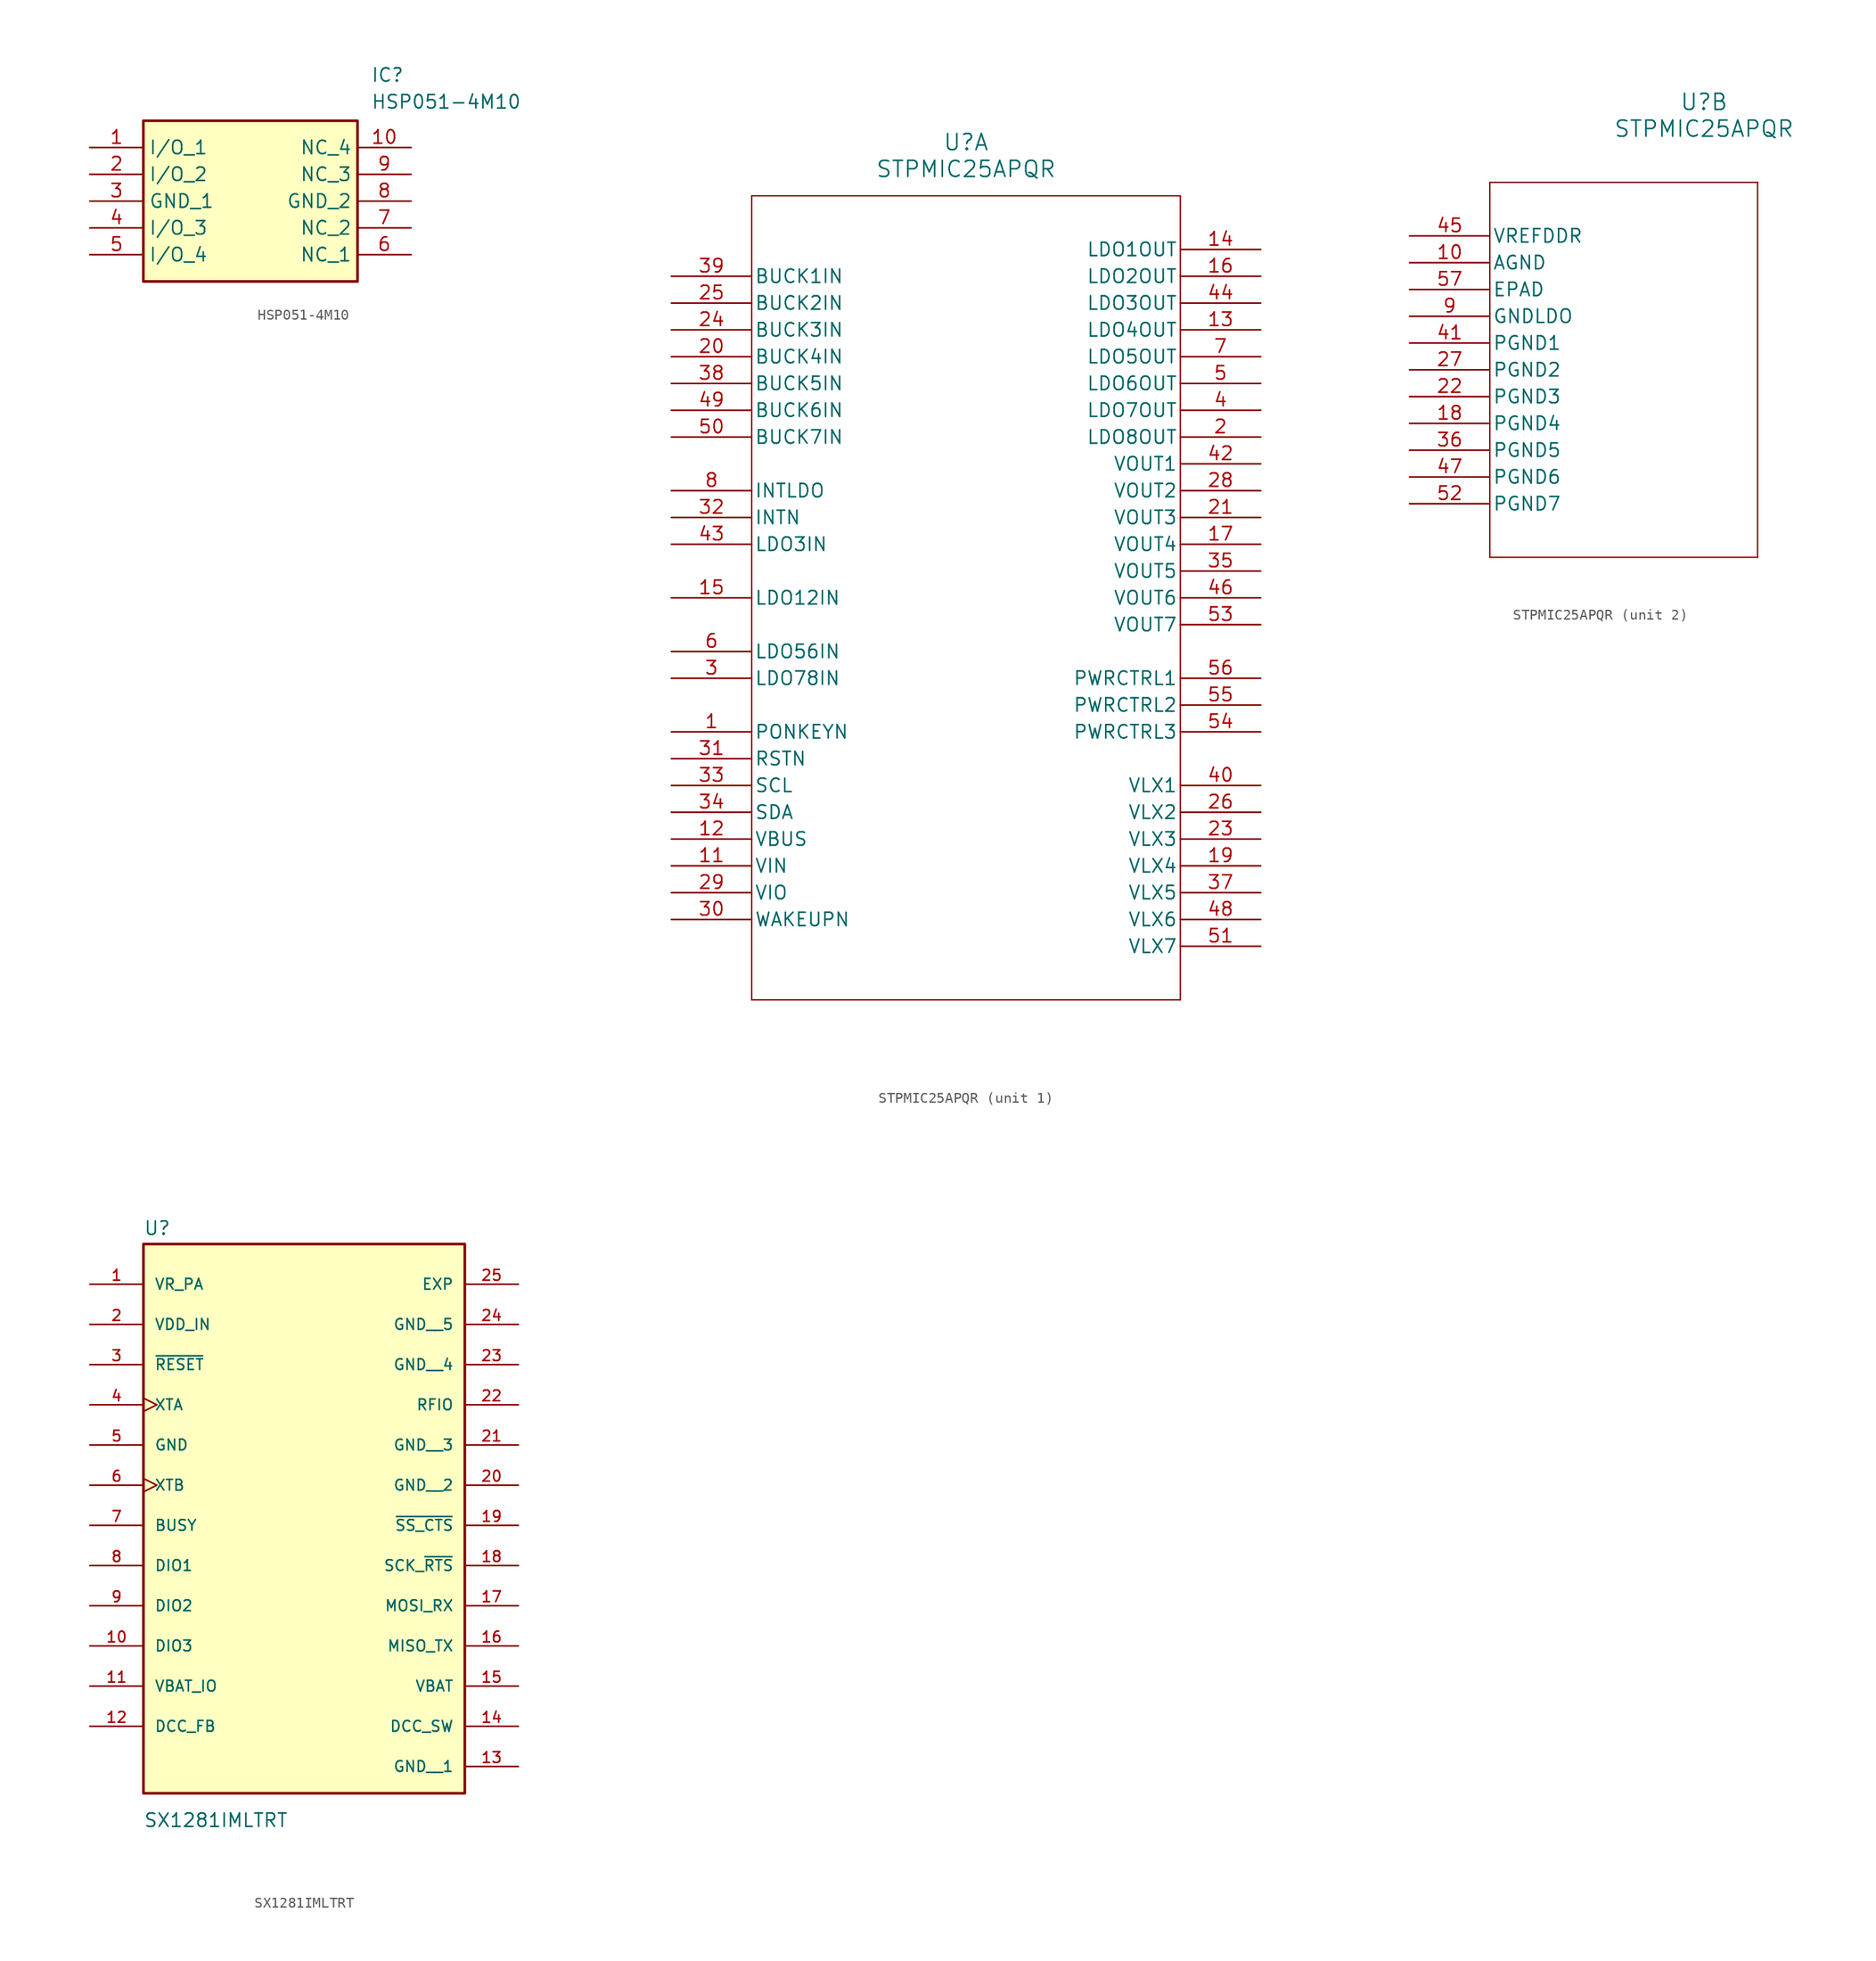
<source format=kicad_sym>
(kicad_symbol_lib
  (version 20241209)
  (generator "kicad_symbol_editor")
  (generator_version "9.0")
  (symbol "HSP051-4M10"
    (property "Reference" "IC"
      (at 26.67 7.62 0)
      (effects (font (size 1.27 1.27)) (justify left top)))
    (property "Value" "HSP051-4M10"
      (at 26.67 5.08 0)
      (effects (font (size 1.27 1.27)) (justify left top)))
    (symbol "HSP051-4M10_1_1"
      (rectangle (start 5.08 2.54) (end 25.4 -12.7) (stroke (width 0.254) (type default)) (fill (type background)))
      (pin passive line (at 0 0 0) (length 5.08) (name "I/O_1" (effects (font (size 1.27 1.27)))) (number "1" (effects (font (size 1.27 1.27)))))
      (pin passive line (at 0 -2.54 0) (length 5.08) (name "I/O_2" (effects (font (size 1.27 1.27)))) (number "2" (effects (font (size 1.27 1.27)))))
      (pin passive line (at 0 -5.08 0) (length 5.08) (name "GND_1" (effects (font (size 1.27 1.27)))) (number "3" (effects (font (size 1.27 1.27)))))
      (pin passive line (at 0 -7.62 0) (length 5.08) (name "I/O_3" (effects (font (size 1.27 1.27)))) (number "4" (effects (font (size 1.27 1.27)))))
      (pin passive line (at 0 -10.16 0) (length 5.08) (name "I/O_4" (effects (font (size 1.27 1.27)))) (number "5" (effects (font (size 1.27 1.27)))))
      (pin passive line (at 30.48 0 180) (length 5.08) (name "NC_4" (effects (font (size 1.27 1.27)))) (number "10" (effects (font (size 1.27 1.27)))))
      (pin passive line (at 30.48 -2.54 180) (length 5.08) (name "NC_3" (effects (font (size 1.27 1.27)))) (number "9" (effects (font (size 1.27 1.27)))))
      (pin passive line (at 30.48 -5.08 180) (length 5.08) (name "GND_2" (effects (font (size 1.27 1.27)))) (number "8" (effects (font (size 1.27 1.27)))))
      (pin passive line (at 30.48 -7.62 180) (length 5.08) (name "NC_2" (effects (font (size 1.27 1.27)))) (number "7" (effects (font (size 1.27 1.27)))))
      (pin passive line (at 30.48 -10.16 180) (length 5.08) (name "NC_1" (effects (font (size 1.27 1.27)))) (number "6" (effects (font (size 1.27 1.27)))))))
  (symbol "STPMIC25APQR"
    (pin_names
      (offset 0.254))
    (property "Reference" "U"
      (at 27.94 12.7 0)
      (effects (font (size 1.524 1.524))))
    (property "Value" "STPMIC25APQR"
      (at 27.94 10.16 0)
      (effects (font (size 1.524 1.524))))
    (property "ki_locked" ""
      (at 0 0 0)
      (effects (font (size 1.27 1.27))))
    (symbol "STPMIC25APQR_1_1"
      (polyline (pts (xy 7.62 7.62) (xy 7.62 -68.58)) (stroke (width 0.127) (type default)) (fill (type none)))
      (polyline (pts (xy 7.62 -68.58) (xy 48.26 -68.58)) (stroke (width 0.127) (type default)) (fill (type none)))
      (polyline (pts (xy 48.26 7.62) (xy 7.62 7.62)) (stroke (width 0.127) (type default)) (fill (type none)))
      (polyline (pts (xy 48.26 -68.58) (xy 48.26 7.62)) (stroke (width 0.127) (type default)) (fill (type none)))
      (pin input line (at 0 0 0) (length 7.62) (name "BUCK1IN" (effects (font (size 1.27 1.27)))) (number "39" (effects (font (size 1.27 1.27)))))
      (pin input line (at 0 -2.54 0) (length 7.62) (name "BUCK2IN" (effects (font (size 1.27 1.27)))) (number "25" (effects (font (size 1.27 1.27)))))
      (pin input line (at 0 -5.08 0) (length 7.62) (name "BUCK3IN" (effects (font (size 1.27 1.27)))) (number "24" (effects (font (size 1.27 1.27)))))
      (pin input line (at 0 -7.62 0) (length 7.62) (name "BUCK4IN" (effects (font (size 1.27 1.27)))) (number "20" (effects (font (size 1.27 1.27)))))
      (pin input line (at 0 -10.16 0) (length 7.62) (name "BUCK5IN" (effects (font (size 1.27 1.27)))) (number "38" (effects (font (size 1.27 1.27)))))
      (pin input line (at 0 -12.7 0) (length 7.62) (name "BUCK6IN" (effects (font (size 1.27 1.27)))) (number "49" (effects (font (size 1.27 1.27)))))
      (pin input line (at 0 -15.24 0) (length 7.62) (name "BUCK7IN" (effects (font (size 1.27 1.27)))) (number "50" (effects (font (size 1.27 1.27)))))
      (pin input line (at 0 -20.32 0) (length 7.62) (name "INTLDO" (effects (font (size 1.27 1.27)))) (number "8" (effects (font (size 1.27 1.27)))))
      (pin input line (at 0 -22.86 0) (length 7.62) (name "INTN" (effects (font (size 1.27 1.27)))) (number "32" (effects (font (size 1.27 1.27)))))
      (pin input line (at 0 -25.4 0) (length 7.62) (name "LDO3IN" (effects (font (size 1.27 1.27)))) (number "43" (effects (font (size 1.27 1.27)))))
      (pin input line (at 0 -30.48 0) (length 7.62) (name "LDO12IN" (effects (font (size 1.27 1.27)))) (number "15" (effects (font (size 1.27 1.27)))))
      (pin input line (at 0 -35.56 0) (length 7.62) (name "LDO56IN" (effects (font (size 1.27 1.27)))) (number "6" (effects (font (size 1.27 1.27)))))
      (pin input line (at 0 -38.1 0) (length 7.62) (name "LDO78IN" (effects (font (size 1.27 1.27)))) (number "3" (effects (font (size 1.27 1.27)))))
      (pin unspecified line (at 0 -43.18 0) (length 7.62) (name "PONKEYN" (effects (font (size 1.27 1.27)))) (number "1" (effects (font (size 1.27 1.27)))))
      (pin unspecified line (at 0 -45.72 0) (length 7.62) (name "RSTN" (effects (font (size 1.27 1.27)))) (number "31" (effects (font (size 1.27 1.27)))))
      (pin unspecified line (at 0 -48.26 0) (length 7.62) (name "SCL" (effects (font (size 1.27 1.27)))) (number "33" (effects (font (size 1.27 1.27)))))
      (pin unspecified line (at 0 -50.8 0) (length 7.62) (name "SDA" (effects (font (size 1.27 1.27)))) (number "34" (effects (font (size 1.27 1.27)))))
      (pin unspecified line (at 0 -53.34 0) (length 7.62) (name "VBUS" (effects (font (size 1.27 1.27)))) (number "12" (effects (font (size 1.27 1.27)))))
      (pin unspecified line (at 0 -55.88 0) (length 7.62) (name "VIN" (effects (font (size 1.27 1.27)))) (number "11" (effects (font (size 1.27 1.27)))))
      (pin unspecified line (at 0 -58.42 0) (length 7.62) (name "VIO" (effects (font (size 1.27 1.27)))) (number "29" (effects (font (size 1.27 1.27)))))
      (pin unspecified line (at 0 -60.96 0) (length 7.62) (name "WAKEUPN" (effects (font (size 1.27 1.27)))) (number "30" (effects (font (size 1.27 1.27)))))
      (pin output line (at 55.88 2.54 180) (length 7.62) (name "LDO1OUT" (effects (font (size 1.27 1.27)))) (number "14" (effects (font (size 1.27 1.27)))))
      (pin output line (at 55.88 0 180) (length 7.62) (name "LDO2OUT" (effects (font (size 1.27 1.27)))) (number "16" (effects (font (size 1.27 1.27)))))
      (pin output line (at 55.88 -2.54 180) (length 7.62) (name "LDO3OUT" (effects (font (size 1.27 1.27)))) (number "44" (effects (font (size 1.27 1.27)))))
      (pin output line (at 55.88 -5.08 180) (length 7.62) (name "LDO4OUT" (effects (font (size 1.27 1.27)))) (number "13" (effects (font (size 1.27 1.27)))))
      (pin output line (at 55.88 -7.62 180) (length 7.62) (name "LDO5OUT" (effects (font (size 1.27 1.27)))) (number "7" (effects (font (size 1.27 1.27)))))
      (pin output line (at 55.88 -10.16 180) (length 7.62) (name "LDO6OUT" (effects (font (size 1.27 1.27)))) (number "5" (effects (font (size 1.27 1.27)))))
      (pin output line (at 55.88 -12.7 180) (length 7.62) (name "LDO7OUT" (effects (font (size 1.27 1.27)))) (number "4" (effects (font (size 1.27 1.27)))))
      (pin output line (at 55.88 -15.24 180) (length 7.62) (name "LDO8OUT" (effects (font (size 1.27 1.27)))) (number "2" (effects (font (size 1.27 1.27)))))
      (pin output line (at 55.88 -17.78 180) (length 7.62) (name "VOUT1" (effects (font (size 1.27 1.27)))) (number "42" (effects (font (size 1.27 1.27)))))
      (pin output line (at 55.88 -20.32 180) (length 7.62) (name "VOUT2" (effects (font (size 1.27 1.27)))) (number "28" (effects (font (size 1.27 1.27)))))
      (pin output line (at 55.88 -22.86 180) (length 7.62) (name "VOUT3" (effects (font (size 1.27 1.27)))) (number "21" (effects (font (size 1.27 1.27)))))
      (pin output line (at 55.88 -25.4 180) (length 7.62) (name "VOUT4" (effects (font (size 1.27 1.27)))) (number "17" (effects (font (size 1.27 1.27)))))
      (pin output line (at 55.88 -27.94 180) (length 7.62) (name "VOUT5" (effects (font (size 1.27 1.27)))) (number "35" (effects (font (size 1.27 1.27)))))
      (pin output line (at 55.88 -30.48 180) (length 7.62) (name "VOUT6" (effects (font (size 1.27 1.27)))) (number "46" (effects (font (size 1.27 1.27)))))
      (pin output line (at 55.88 -33.02 180) (length 7.62) (name "VOUT7" (effects (font (size 1.27 1.27)))) (number "53" (effects (font (size 1.27 1.27)))))
      (pin bidirectional line (at 55.88 -38.1 180) (length 7.62) (name "PWRCTRL1" (effects (font (size 1.27 1.27)))) (number "56" (effects (font (size 1.27 1.27)))))
      (pin bidirectional line (at 55.88 -40.64 180) (length 7.62) (name "PWRCTRL2" (effects (font (size 1.27 1.27)))) (number "55" (effects (font (size 1.27 1.27)))))
      (pin bidirectional line (at 55.88 -43.18 180) (length 7.62) (name "PWRCTRL3" (effects (font (size 1.27 1.27)))) (number "54" (effects (font (size 1.27 1.27)))))
      (pin bidirectional line (at 55.88 -48.26 180) (length 7.62) (name "VLX1" (effects (font (size 1.27 1.27)))) (number "40" (effects (font (size 1.27 1.27)))))
      (pin bidirectional line (at 55.88 -50.8 180) (length 7.62) (name "VLX2" (effects (font (size 1.27 1.27)))) (number "26" (effects (font (size 1.27 1.27)))))
      (pin bidirectional line (at 55.88 -53.34 180) (length 7.62) (name "VLX3" (effects (font (size 1.27 1.27)))) (number "23" (effects (font (size 1.27 1.27)))))
      (pin bidirectional line (at 55.88 -55.88 180) (length 7.62) (name "VLX4" (effects (font (size 1.27 1.27)))) (number "19" (effects (font (size 1.27 1.27)))))
      (pin bidirectional line (at 55.88 -58.42 180) (length 7.62) (name "VLX5" (effects (font (size 1.27 1.27)))) (number "37" (effects (font (size 1.27 1.27)))))
      (pin bidirectional line (at 55.88 -60.96 180) (length 7.62) (name "VLX6" (effects (font (size 1.27 1.27)))) (number "48" (effects (font (size 1.27 1.27)))))
      (pin bidirectional line (at 55.88 -63.5 180) (length 7.62) (name "VLX7" (effects (font (size 1.27 1.27)))) (number "51" (effects (font (size 1.27 1.27))))))
    (symbol "STPMIC25APQR_2_1"
      (polyline (pts (xy 7.62 5.08) (xy 7.62 -30.48)) (stroke (width 0.127) (type default)) (fill (type none)))
      (polyline (pts (xy 7.62 -30.48) (xy 33.02 -30.48)) (stroke (width 0.127) (type default)) (fill (type none)))
      (polyline (pts (xy 33.02 5.08) (xy 7.62 5.08)) (stroke (width 0.127) (type default)) (fill (type none)))
      (polyline (pts (xy 33.02 -30.48) (xy 33.02 5.08)) (stroke (width 0.127) (type default)) (fill (type none)))
      (pin power_in line (at 0 0 0) (length 7.62) (name "VREFDDR" (effects (font (size 1.27 1.27)))) (number "45" (effects (font (size 1.27 1.27)))))
      (pin power_out line (at 0 -2.54 0) (length 7.62) (name "AGND" (effects (font (size 1.27 1.27)))) (number "10" (effects (font (size 1.27 1.27)))))
      (pin power_out line (at 0 -5.08 0) (length 7.62) (name "EPAD" (effects (font (size 1.27 1.27)))) (number "57" (effects (font (size 1.27 1.27)))))
      (pin power_out line (at 0 -7.62 0) (length 7.62) (name "GNDLDO" (effects (font (size 1.27 1.27)))) (number "9" (effects (font (size 1.27 1.27)))))
      (pin power_out line (at 0 -10.16 0) (length 7.62) (name "PGND1" (effects (font (size 1.27 1.27)))) (number "41" (effects (font (size 1.27 1.27)))))
      (pin power_out line (at 0 -12.7 0) (length 7.62) (name "PGND2" (effects (font (size 1.27 1.27)))) (number "27" (effects (font (size 1.27 1.27)))))
      (pin power_out line (at 0 -15.24 0) (length 7.62) (name "PGND3" (effects (font (size 1.27 1.27)))) (number "22" (effects (font (size 1.27 1.27)))))
      (pin power_out line (at 0 -17.78 0) (length 7.62) (name "PGND4" (effects (font (size 1.27 1.27)))) (number "18" (effects (font (size 1.27 1.27)))))
      (pin power_out line (at 0 -20.32 0) (length 7.62) (name "PGND5" (effects (font (size 1.27 1.27)))) (number "36" (effects (font (size 1.27 1.27)))))
      (pin power_out line (at 0 -22.86 0) (length 7.62) (name "PGND6" (effects (font (size 1.27 1.27)))) (number "47" (effects (font (size 1.27 1.27)))))
      (pin power_out line (at 0 -25.4 0) (length 7.62) (name "PGND7" (effects (font (size 1.27 1.27)))) (number "52" (effects (font (size 1.27 1.27)))))))
  (symbol "SX1281IMLTRT"
    (pin_names
      (offset 1.016))
    (property "Reference" "U"
      (at -15.24 24.892 0)
      (effects (font (size 1.27 1.27)) (justify left bottom)))
    (property "Value" "SX1281IMLTRT"
      (at -15.24 -31.242 0)
      (effects (font (size 1.27 1.27)) (justify left bottom)))
    (symbol "SX1281IMLTRT_0_0"
      (rectangle (start -15.24 24.13) (end 15.24 -27.94) (stroke (width 0.254) (type default)) (fill (type background)))
      (pin power_in line (at -20.32 20.32 0) (length 5.08) (name "VR_PA" (effects (font (size 1.016 1.016)))) (number "1" (effects (font (size 1.016 1.016)))))
      (pin power_in line (at -20.32 16.51 0) (length 5.08) (name "VDD_IN" (effects (font (size 1.016 1.016)))) (number "2" (effects (font (size 1.016 1.016)))))
      (pin input line (at -20.32 12.7 0) (length 5.08) (name "~{RESET}" (effects (font (size 1.016 1.016)))) (number "3" (effects (font (size 1.016 1.016)))))
      (pin input clock (at -20.32 8.89 0) (length 5.08) (name "XTA" (effects (font (size 1.016 1.016)))) (number "4" (effects (font (size 1.016 1.016)))))
      (pin power_in line (at -20.32 5.08 0) (length 5.08) (name "GND" (effects (font (size 1.016 1.016)))) (number "5" (effects (font (size 1.016 1.016)))))
      (pin passive clock (at -20.32 1.27 0) (length 5.08) (name "XTB" (effects (font (size 1.016 1.016)))) (number "6" (effects (font (size 1.016 1.016)))))
      (pin output line (at -20.32 -2.54 0) (length 5.08) (name "BUSY" (effects (font (size 1.016 1.016)))) (number "7" (effects (font (size 1.016 1.016)))))
      (pin bidirectional line (at -20.32 -6.35 0) (length 5.08) (name "DIO1" (effects (font (size 1.016 1.016)))) (number "8" (effects (font (size 1.016 1.016)))))
      (pin bidirectional line (at -20.32 -10.16 0) (length 5.08) (name "DIO2" (effects (font (size 1.016 1.016)))) (number "9" (effects (font (size 1.016 1.016)))))
      (pin bidirectional line (at -20.32 -13.97 0) (length 5.08) (name "DIO3" (effects (font (size 1.016 1.016)))) (number "10" (effects (font (size 1.016 1.016)))))
      (pin power_in line (at -20.32 -17.78 0) (length 5.08) (name "VBAT_IO" (effects (font (size 1.016 1.016)))) (number "11" (effects (font (size 1.016 1.016)))))
      (pin output line (at -20.32 -21.59 0) (length 5.08) (name "DCC_FB" (effects (font (size 1.016 1.016)))) (number "12" (effects (font (size 1.016 1.016)))))
      (pin power_in line (at 20.32 20.32 180) (length 5.08) (name "EXP" (effects (font (size 1.016 1.016)))) (number "25" (effects (font (size 1.016 1.016)))))
      (pin power_in line (at 20.32 16.51 180) (length 5.08) (name "GND__5" (effects (font (size 1.016 1.016)))) (number "24" (effects (font (size 1.016 1.016)))))
      (pin power_in line (at 20.32 12.7 180) (length 5.08) (name "GND__4" (effects (font (size 1.016 1.016)))) (number "23" (effects (font (size 1.016 1.016)))))
      (pin bidirectional line (at 20.32 8.89 180) (length 5.08) (name "RFIO" (effects (font (size 1.016 1.016)))) (number "22" (effects (font (size 1.016 1.016)))))
      (pin power_in line (at 20.32 5.08 180) (length 5.08) (name "GND__3" (effects (font (size 1.016 1.016)))) (number "21" (effects (font (size 1.016 1.016)))))
      (pin power_in line (at 20.32 1.27 180) (length 5.08) (name "GND__2" (effects (font (size 1.016 1.016)))) (number "20" (effects (font (size 1.016 1.016)))))
      (pin input line (at 20.32 -2.54 180) (length 5.08) (name "~{SS_CTS}" (effects (font (size 1.016 1.016)))) (number "19" (effects (font (size 1.016 1.016)))))
      (pin input line (at 20.32 -6.35 180) (length 5.08) (name "SCK_~{RTS}" (effects (font (size 1.016 1.016)))) (number "18" (effects (font (size 1.016 1.016)))))
      (pin input line (at 20.32 -10.16 180) (length 5.08) (name "MOSI_RX" (effects (font (size 1.016 1.016)))) (number "17" (effects (font (size 1.016 1.016)))))
      (pin output line (at 20.32 -13.97 180) (length 5.08) (name "MISO_TX" (effects (font (size 1.016 1.016)))) (number "16" (effects (font (size 1.016 1.016)))))
      (pin power_in line (at 20.32 -17.78 180) (length 5.08) (name "VBAT" (effects (font (size 1.016 1.016)))) (number "15" (effects (font (size 1.016 1.016)))))
      (pin output line (at 20.32 -21.59 180) (length 5.08) (name "DCC_SW" (effects (font (size 1.016 1.016)))) (number "14" (effects (font (size 1.016 1.016)))))
      (pin power_in line (at 20.32 -25.4 180) (length 5.08) (name "GND__1" (effects (font (size 1.016 1.016)))) (number "13" (effects (font (size 1.016 1.016))))))))
</source>
